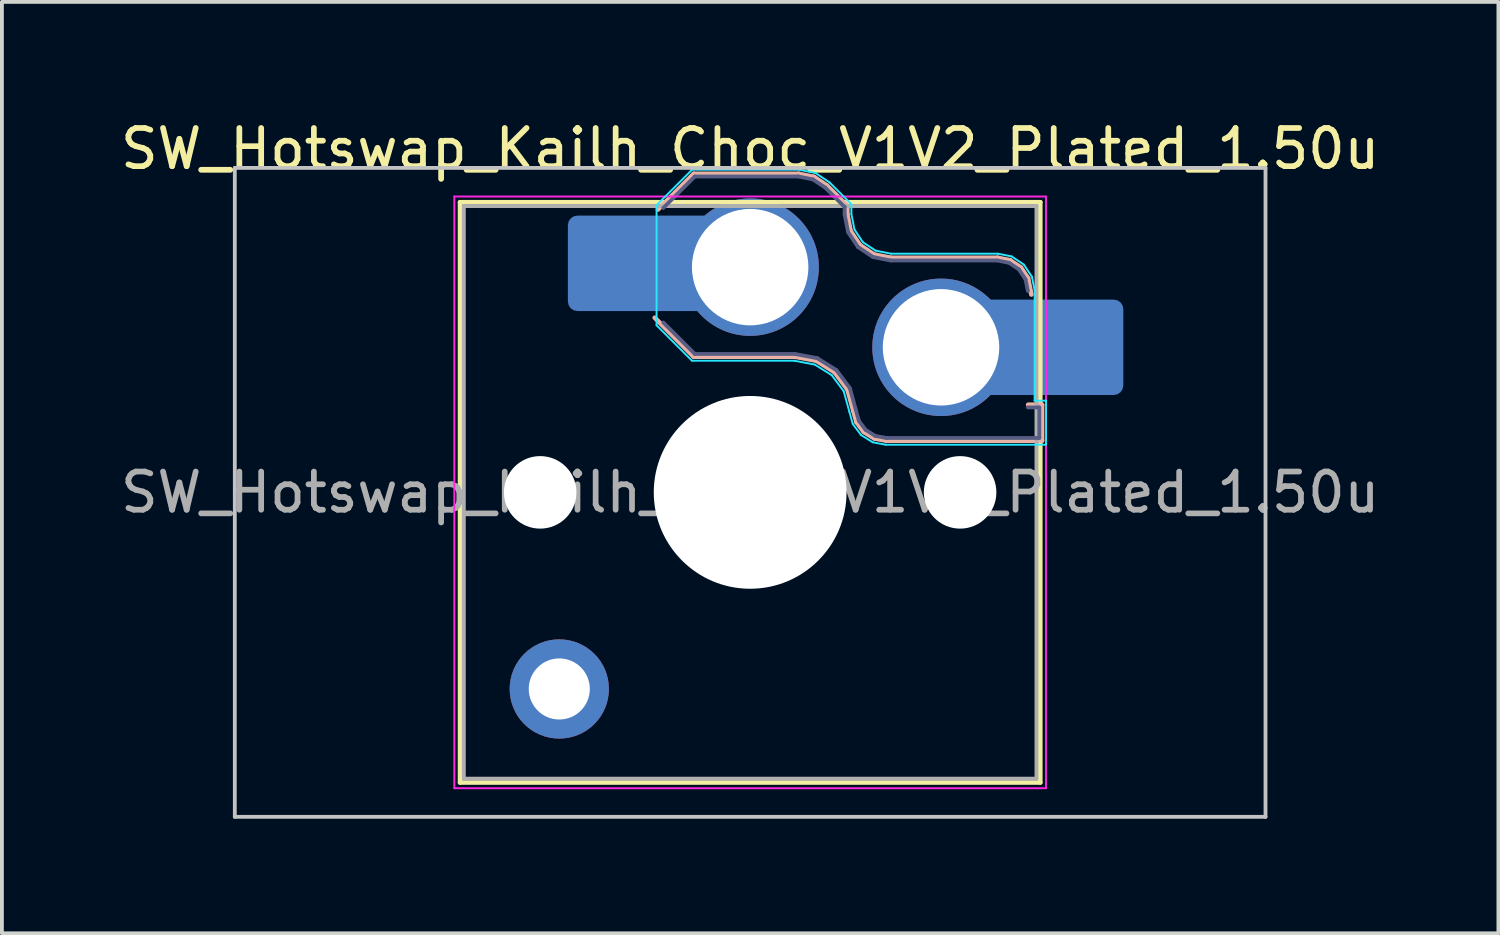
<source format=kicad_pcb>
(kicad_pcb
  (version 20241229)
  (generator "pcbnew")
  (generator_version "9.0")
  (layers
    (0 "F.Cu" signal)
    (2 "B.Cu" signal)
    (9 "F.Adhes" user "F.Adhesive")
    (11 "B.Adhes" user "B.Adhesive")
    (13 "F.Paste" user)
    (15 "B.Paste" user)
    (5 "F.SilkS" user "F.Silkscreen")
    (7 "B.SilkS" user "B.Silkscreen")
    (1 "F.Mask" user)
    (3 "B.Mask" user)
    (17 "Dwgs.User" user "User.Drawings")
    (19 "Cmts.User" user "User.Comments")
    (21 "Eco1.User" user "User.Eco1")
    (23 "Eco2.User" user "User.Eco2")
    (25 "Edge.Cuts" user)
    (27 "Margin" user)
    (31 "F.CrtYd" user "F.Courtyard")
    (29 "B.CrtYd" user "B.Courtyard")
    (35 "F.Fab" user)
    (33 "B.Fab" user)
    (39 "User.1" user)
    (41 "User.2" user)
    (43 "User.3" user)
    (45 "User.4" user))
  (footprint "SW_Hotswap_Kailh_Choc_V1V2_Plated_1.50u"
    (layer "F.Cu")
    (at 16.601 9.848)
    (property "Reference" "SW_Hotswap_Kailh_Choc_V1V2_Plated_1.50u" (at 0 -9 0) (layer "F.SilkS") (effects (font (size 1 1) (thickness 0.15))))
    (attr smd)
    (fp_line (start -7.6 -7.6) (end -7.6 7.6) (stroke (width 0.12) (type solid)) (layer "F.SilkS"))
    (fp_line (start -7.6 7.6) (end 7.6 7.6) (stroke (width 0.12) (type solid)) (layer "F.SilkS"))
    (fp_line (start 7.6 -7.6) (end -7.6 -7.6) (stroke (width 0.12) (type solid)) (layer "F.SilkS"))
    (fp_line (start 7.6 7.6) (end 7.6 -7.6) (stroke (width 0.12) (type solid)) (layer "F.SilkS"))
    (fp_line (start -2.416 -7.409) (end -1.479 -8.346) (stroke (width 0.12) (type solid)) (layer "B.SilkS"))
    (fp_line (start -1.479 -8.346) (end 1.268 -8.346) (stroke (width 0.12) (type solid)) (layer "B.SilkS"))
    (fp_line (start -1.479 -3.554) (end -2.5 -4.575) (stroke (width 0.12) (type solid)) (layer "B.SilkS"))
    (fp_line (start 1.168 -3.554) (end -1.479 -3.554) (stroke (width 0.12) (type solid)) (layer "B.SilkS"))
    (fp_line (start 1.268 -8.346) (end 1.671 -8.266) (stroke (width 0.12) (type solid)) (layer "B.SilkS"))
    (fp_line (start 1.671 -8.266) (end 2.013 -8.037) (stroke (width 0.12) (type solid)) (layer "B.SilkS"))
    (fp_line (start 1.73 -3.449) (end 1.168 -3.554) (stroke (width 0.12) (type solid)) (layer "B.SilkS"))
    (fp_line (start 2.013 -8.037) (end 2.546 -7.504) (stroke (width 0.12) (type solid)) (layer "B.SilkS"))
    (fp_line (start 2.209 -3.15) (end 1.73 -3.449) (stroke (width 0.12) (type solid)) (layer "B.SilkS"))
    (fp_line (start 2.546 -7.504) (end 2.546 -7.282) (stroke (width 0.12) (type solid)) (layer "B.SilkS"))
    (fp_line (start 2.546 -7.282) (end 2.633 -6.844) (stroke (width 0.12) (type solid)) (layer "B.SilkS"))
    (fp_line (start 2.547 -2.697) (end 2.209 -3.15) (stroke (width 0.12) (type solid)) (layer "B.SilkS"))
    (fp_line (start 2.633 -6.844) (end 2.877 -6.477) (stroke (width 0.12) (type solid)) (layer "B.SilkS"))
    (fp_line (start 2.701 -2.139) (end 2.547 -2.697) (stroke (width 0.12) (type solid)) (layer "B.SilkS"))
    (fp_line (start 2.783 -1.841) (end 2.701 -2.139) (stroke (width 0.12) (type solid)) (layer "B.SilkS"))
    (fp_line (start 2.877 -6.477) (end 3.244 -6.233) (stroke (width 0.12) (type solid)) (layer "B.SilkS"))
    (fp_line (start 2.976 -1.583) (end 2.783 -1.841) (stroke (width 0.12) (type solid)) (layer "B.SilkS"))
    (fp_line (start 3.244 -6.233) (end 3.682 -6.146) (stroke (width 0.12) (type solid)) (layer "B.SilkS"))
    (fp_line (start 3.25 -1.413) (end 2.976 -1.583) (stroke (width 0.12) (type solid)) (layer "B.SilkS"))
    (fp_line (start 3.56 -1.354) (end 3.25 -1.413) (stroke (width 0.12) (type solid)) (layer "B.SilkS"))
    (fp_line (start 3.682 -6.146) (end 6.482 -6.146) (stroke (width 0.12) (type solid)) (layer "B.SilkS"))
    (fp_line (start 6.482 -6.146) (end 6.809 -6.081) (stroke (width 0.12) (type solid)) (layer "B.SilkS"))
    (fp_line (start 6.809 -6.081) (end 7.092 -5.892) (stroke (width 0.12) (type solid)) (layer "B.SilkS"))
    (fp_line (start 7.092 -5.892) (end 7.281 -5.609) (stroke (width 0.12) (type solid)) (layer "B.SilkS"))
    (fp_line (start 7.281 -5.609) (end 7.366 -5.182) (stroke (width 0.12) (type solid)) (layer "B.SilkS"))
    (fp_line (start 7.283 -2.296) (end 7.646 -2.296) (stroke (width 0.12) (type solid)) (layer "B.SilkS"))
    (fp_line (start 7.646 -2.296) (end 7.646 -1.354) (stroke (width 0.12) (type solid)) (layer "B.SilkS"))
    (fp_line (start 7.646 -1.354) (end 3.56 -1.354) (stroke (width 0.12) (type solid)) (layer "B.SilkS"))
    (fp_line (start -13.5 -8.5) (end -13.5 8.5) (stroke (width 0.1) (type solid)) (layer "Dwgs.User"))
    (fp_line (start -13.5 8.5) (end 13.5 8.5) (stroke (width 0.1) (type solid)) (layer "Dwgs.User"))
    (fp_line (start 13.5 -8.5) (end -13.5 -8.5) (stroke (width 0.1) (type solid)) (layer "Dwgs.User"))
    (fp_line (start 13.5 8.5) (end 13.5 -8.5) (stroke (width 0.1) (type solid)) (layer "Dwgs.User"))
    (fp_line (start -7.25 -7.25) (end -7.25 7.25) (stroke (width 0.1) (type solid)) (layer "Eco1.User"))
    (fp_line (start -7.25 7.25) (end 7.25 7.25) (stroke (width 0.1) (type solid)) (layer "Eco1.User"))
    (fp_line (start 7.25 -7.25) (end -7.25 -7.25) (stroke (width 0.1) (type solid)) (layer "Eco1.User"))
    (fp_line (start 7.25 7.25) (end 7.25 -7.25) (stroke (width 0.1) (type solid)) (layer "Eco1.User"))
    (fp_line (start -2.452 -7.523) (end -1.523 -8.452) (stroke (width 0.05) (type solid)) (layer "B.CrtYd"))
    (fp_line (start -2.452 -4.377) (end -2.452 -7.523) (stroke (width 0.05) (type solid)) (layer "B.CrtYd"))
    (fp_line (start -1.523 -8.452) (end 1.278 -8.452) (stroke (width 0.05) (type solid)) (layer "B.CrtYd"))
    (fp_line (start -1.523 -3.448) (end -2.452 -4.377) (stroke (width 0.05) (type solid)) (layer "B.CrtYd"))
    (fp_line (start 1.159 -3.448) (end -1.523 -3.448) (stroke (width 0.05) (type solid)) (layer "B.CrtYd"))
    (fp_line (start 1.278 -8.452) (end 1.712 -8.366) (stroke (width 0.05) (type solid)) (layer "B.CrtYd"))
    (fp_line (start 1.691 -3.348) (end 1.159 -3.448) (stroke (width 0.05) (type solid)) (layer "B.CrtYd"))
    (fp_line (start 1.712 -8.366) (end 2.081 -8.119) (stroke (width 0.05) (type solid)) (layer "B.CrtYd"))
    (fp_line (start 2.081 -8.119) (end 2.652 -7.548) (stroke (width 0.05) (type solid)) (layer "B.CrtYd"))
    (fp_line (start 2.136 -3.071) (end 1.691 -3.348) (stroke (width 0.05) (type solid)) (layer "B.CrtYd"))
    (fp_line (start 2.45 -2.65) (end 2.136 -3.071) (stroke (width 0.05) (type solid)) (layer "B.CrtYd"))
    (fp_line (start 2.599 -2.111) (end 2.45 -2.65) (stroke (width 0.05) (type solid)) (layer "B.CrtYd"))
    (fp_line (start 2.652 -7.548) (end 2.652 -7.292) (stroke (width 0.05) (type solid)) (layer "B.CrtYd"))
    (fp_line (start 2.652 -7.292) (end 2.733 -6.885) (stroke (width 0.05) (type solid)) (layer "B.CrtYd"))
    (fp_line (start 2.687 -1.794) (end 2.599 -2.111) (stroke (width 0.05) (type solid)) (layer "B.CrtYd"))
    (fp_line (start 2.733 -6.885) (end 2.953 -6.553) (stroke (width 0.05) (type solid)) (layer "B.CrtYd"))
    (fp_line (start 2.903 -1.503) (end 2.687 -1.794) (stroke (width 0.05) (type solid)) (layer "B.CrtYd"))
    (fp_line (start 2.953 -6.553) (end 3.285 -6.333) (stroke (width 0.05) (type solid)) (layer "B.CrtYd"))
    (fp_line (start 3.211 -1.312) (end 2.903 -1.503) (stroke (width 0.05) (type solid)) (layer "B.CrtYd"))
    (fp_line (start 3.285 -6.333) (end 3.692 -6.252) (stroke (width 0.05) (type solid)) (layer "B.CrtYd"))
    (fp_line (start 3.55 -1.248) (end 3.211 -1.312) (stroke (width 0.05) (type solid)) (layer "B.CrtYd"))
    (fp_line (start 3.692 -6.252) (end 6.492 -6.252) (stroke (width 0.05) (type solid)) (layer "B.CrtYd"))
    (fp_line (start 6.492 -6.252) (end 6.85 -6.181) (stroke (width 0.05) (type solid)) (layer "B.CrtYd"))
    (fp_line (start 6.85 -6.181) (end 7.168 -5.968) (stroke (width 0.05) (type solid)) (layer "B.CrtYd"))
    (fp_line (start 7.168 -5.968) (end 7.381 -5.65) (stroke (width 0.05) (type solid)) (layer "B.CrtYd"))
    (fp_line (start 7.381 -5.65) (end 7.452 -5.292) (stroke (width 0.05) (type solid)) (layer "B.CrtYd"))
    (fp_line (start 7.452 -5.292) (end 7.452 -2.402) (stroke (width 0.05) (type solid)) (layer "B.CrtYd"))
    (fp_line (start 7.452 -2.402) (end 7.752 -2.402) (stroke (width 0.05) (type solid)) (layer "B.CrtYd"))
    (fp_line (start 7.752 -2.402) (end 7.752 -1.248) (stroke (width 0.05) (type solid)) (layer "B.CrtYd"))
    (fp_line (start 7.752 -1.248) (end 3.55 -1.248) (stroke (width 0.05) (type solid)) (layer "B.CrtYd"))
    (fp_line (start -7.75 -7.75) (end -7.75 7.75) (stroke (width 0.05) (type solid)) (layer "F.CrtYd"))
    (fp_line (start -7.75 7.75) (end 7.75 7.75) (stroke (width 0.05) (type solid)) (layer "F.CrtYd"))
    (fp_line (start 7.75 -7.75) (end -7.75 -7.75) (stroke (width 0.05) (type solid)) (layer "F.CrtYd"))
    (fp_line (start 7.75 7.75) (end 7.75 -7.75) (stroke (width 0.05) (type solid)) (layer "F.CrtYd"))
    (fp_line (start -2.275 -7.45) (end -1.45 -8.275) (stroke (width 0.1) (type solid)) (layer "B.Fab"))
    (fp_line (start -1.45 -8.275) (end 1.261 -8.275) (stroke (width 0.1) (type solid)) (layer "B.Fab"))
    (fp_line (start -1.45 -3.625) (end -2.275 -4.45) (stroke (width 0.1) (type solid)) (layer "B.Fab"))
    (fp_line (start 1.175 -3.625) (end -1.45 -3.625) (stroke (width 0.1) (type solid)) (layer "B.Fab"))
    (fp_line (start 1.261 -8.275) (end 1.643 -8.199) (stroke (width 0.1) (type solid)) (layer "B.Fab"))
    (fp_line (start 1.643 -8.199) (end 1.968 -7.982) (stroke (width 0.1) (type solid)) (layer "B.Fab"))
    (fp_line (start 1.756 -3.516) (end 1.175 -3.625) (stroke (width 0.1) (type solid)) (layer "B.Fab"))
    (fp_line (start 1.968 -7.982) (end 2.475 -7.475) (stroke (width 0.1) (type solid)) (layer "B.Fab"))
    (fp_line (start 2.258 -3.203) (end 1.756 -3.516) (stroke (width 0.1) (type solid)) (layer "B.Fab"))
    (fp_line (start 2.475 -7.475) (end 2.475 -7.275) (stroke (width 0.1) (type solid)) (layer "B.Fab"))
    (fp_line (start 2.475 -7.275) (end 2.566 -6.816) (stroke (width 0.1) (type solid)) (layer "B.Fab"))
    (fp_line (start 2.566 -6.816) (end 2.826 -6.426) (stroke (width 0.1) (type solid)) (layer "B.Fab"))
    (fp_line (start 2.612 -2.729) (end 2.258 -3.203) (stroke (width 0.1) (type solid)) (layer "B.Fab"))
    (fp_line (start 2.769 -2.158) (end 2.612 -2.729) (stroke (width 0.1) (type solid)) (layer "B.Fab"))
    (fp_line (start 2.826 -6.426) (end 3.216 -6.166) (stroke (width 0.1) (type solid)) (layer "B.Fab"))
    (fp_line (start 2.848 -1.873) (end 2.769 -2.158) (stroke (width 0.1) (type solid)) (layer "B.Fab"))
    (fp_line (start 3.025 -1.636) (end 2.848 -1.873) (stroke (width 0.1) (type solid)) (layer "B.Fab"))
    (fp_line (start 3.216 -6.166) (end 3.675 -6.075) (stroke (width 0.1) (type solid)) (layer "B.Fab"))
    (fp_line (start 3.276 -1.48) (end 3.025 -1.636) (stroke (width 0.1) (type solid)) (layer "B.Fab"))
    (fp_line (start 3.567 -1.425) (end 3.276 -1.48) (stroke (width 0.1) (type solid)) (layer "B.Fab"))
    (fp_line (start 3.675 -6.075) (end 6.475 -6.075) (stroke (width 0.1) (type solid)) (layer "B.Fab"))
    (fp_line (start 6.475 -6.075) (end 6.781 -6.014) (stroke (width 0.1) (type solid)) (layer "B.Fab"))
    (fp_line (start 6.781 -6.014) (end 7.041 -5.841) (stroke (width 0.1) (type solid)) (layer "B.Fab"))
    (fp_line (start 7.041 -5.841) (end 7.214 -5.581) (stroke (width 0.1) (type solid)) (layer "B.Fab"))
    (fp_line (start 7.214 -5.581) (end 7.275 -5.275) (stroke (width 0.1) (type solid)) (layer "B.Fab"))
    (fp_line (start 7.275 -2.225) (end 7.575 -2.225) (stroke (width 0.1) (type solid)) (layer "B.Fab"))
    (fp_line (start 7.575 -2.225) (end 7.575 -1.425) (stroke (width 0.1) (type solid)) (layer "B.Fab"))
    (fp_line (start 7.575 -1.425) (end 3.567 -1.425) (stroke (width 0.1) (type solid)) (layer "B.Fab"))
    (fp_line (start -7.5 -7.5) (end -7.5 7.5) (stroke (width 0.1) (type solid)) (layer "F.Fab"))
    (fp_line (start -7.5 7.5) (end 7.5 7.5) (stroke (width 0.1) (type solid)) (layer "F.Fab"))
    (fp_line (start 7.5 -7.5) (end -7.5 -7.5) (stroke (width 0.1) (type solid)) (layer "F.Fab"))
    (fp_line (start 7.5 7.5) (end 7.5 -7.5) (stroke (width 0.1) (type solid)) (layer "F.Fab"))
    (fp_text user "${REFERENCE}" (at 0 0 0) (layer "F.Fab") (effects (font (size 1 1) (thickness 0.15))))
    (pad "" np_thru_hole circle (at -5.5 0) (size 1.9 1.9) (drill 1.9) (layers "*.Cu" "*.Mask"))
    (pad "" smd circle (at -5 5.15) (size 1.65 1.65) (layers "F.Mask"))
    (pad "" thru_hole circle (at -5 5.15) (size 2.6 2.6) (drill 1.6) (layers "*.Cu" "B.Mask"))
    (pad "" smd roundrect (at -3.5 -6) (size 2.55 2.5) (layers "B.Mask" "B.Paste") (roundrect_rratio 0.1))
    (pad "" smd circle (at 0 -5.9) (size 3.1 3.1) (layers "F.Mask"))
    (pad "" np_thru_hole circle (at 0 0) (size 5.05 5.05) (drill 5.05) (layers "*.Cu" "*.Mask"))
    (pad "" smd circle (at 5 -3.8) (size 3.1 3.1) (layers "F.Mask"))
    (pad "" np_thru_hole circle (at 5.5 0) (size 1.9 1.9) (drill 1.9) (layers "*.Cu" "*.Mask"))
    (pad "" smd roundrect (at 8.5 -3.8) (size 2.55 2.5) (layers "B.Mask" "B.Paste") (roundrect_rratio 0.1))
    (pad "1" smd roundrect (at -2.85 -6) (size 3.85 2.5) (layers "B.Cu") (roundrect_rratio 0.1))
    (pad "1" thru_hole circle (at 0 -5.9) (size 3.6 3.6) (drill 3.05) (layers "*.Cu" "B.Mask"))
    (pad "2" thru_hole circle (at 5 -3.8) (size 3.6 3.6) (drill 3.05) (layers "*.Cu" "B.Mask"))
    (pad "2" smd roundrect (at 7.85 -3.8) (size 3.85 2.5) (layers "B.Cu") (roundrect_rratio 0.1)))
  (gr_rect
    (start -3 -3)
    (end 36.202 21.398)
    (stroke (width 0.1) (type default))
    (fill no)
    (layer "Edge.Cuts")))
</source>
